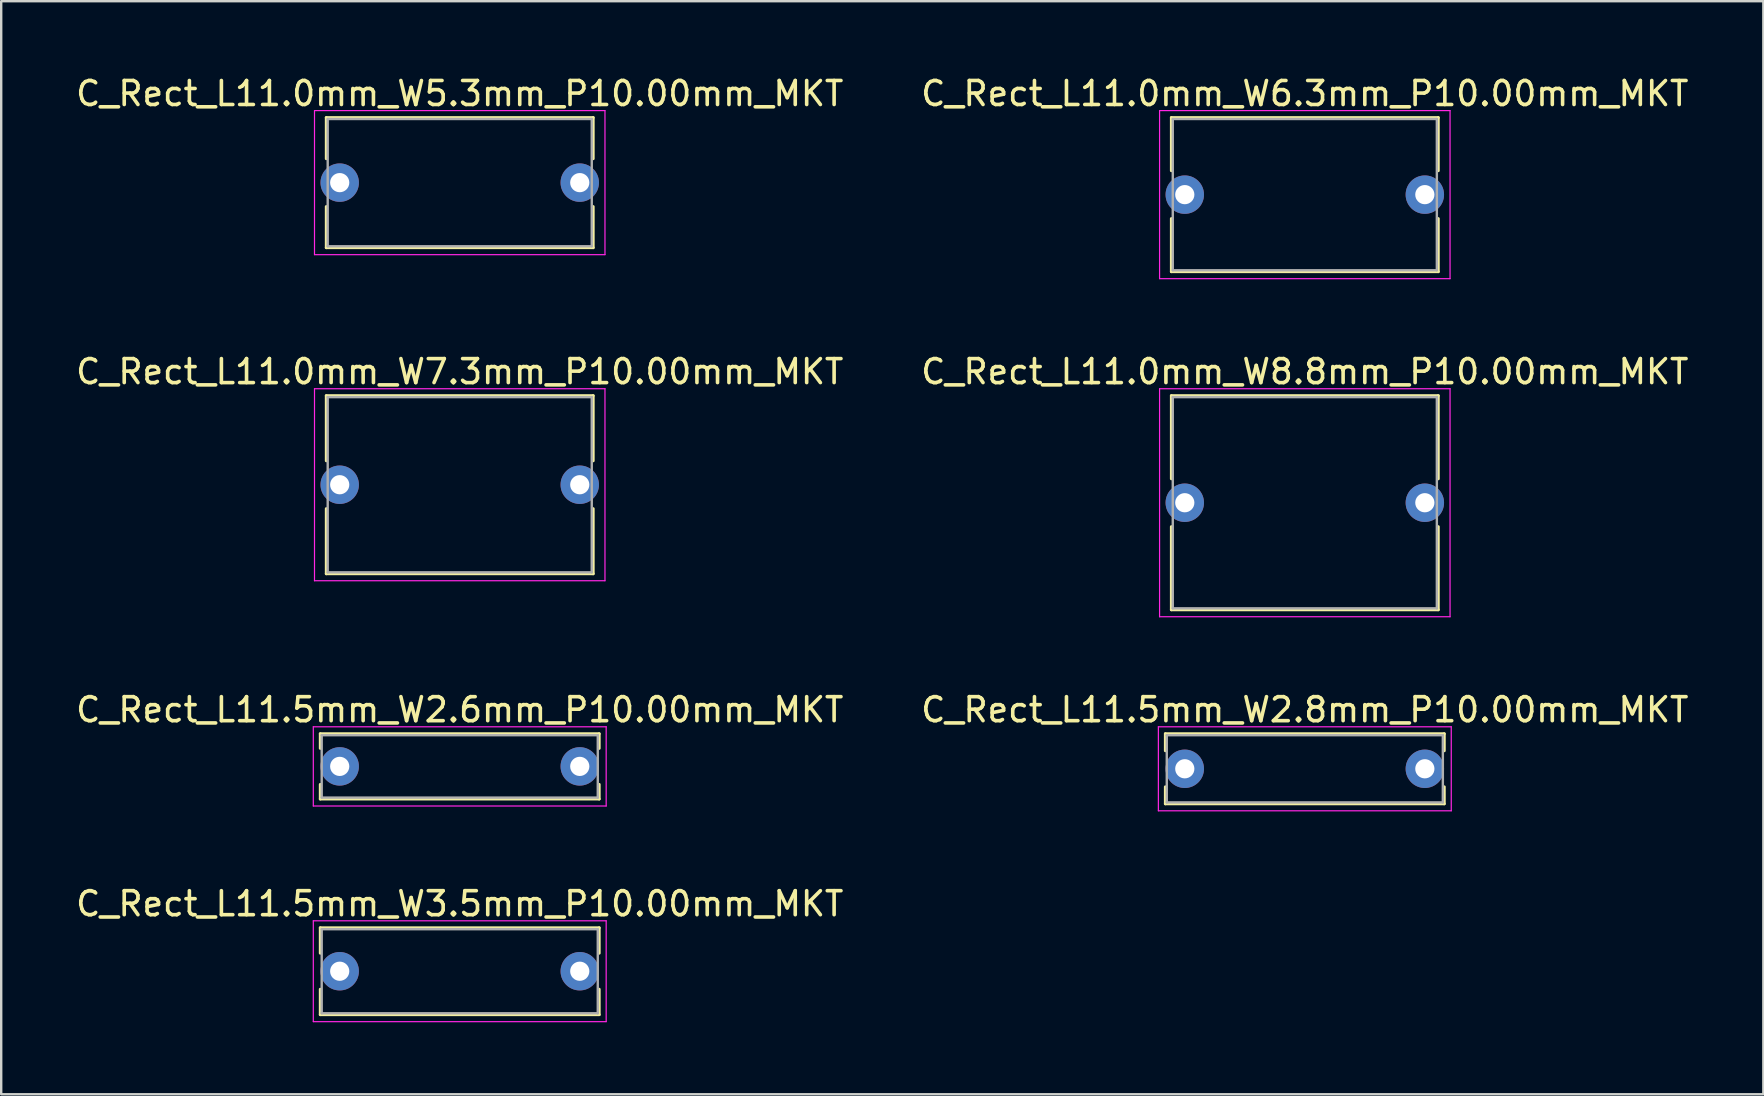
<source format=kicad_pcb>
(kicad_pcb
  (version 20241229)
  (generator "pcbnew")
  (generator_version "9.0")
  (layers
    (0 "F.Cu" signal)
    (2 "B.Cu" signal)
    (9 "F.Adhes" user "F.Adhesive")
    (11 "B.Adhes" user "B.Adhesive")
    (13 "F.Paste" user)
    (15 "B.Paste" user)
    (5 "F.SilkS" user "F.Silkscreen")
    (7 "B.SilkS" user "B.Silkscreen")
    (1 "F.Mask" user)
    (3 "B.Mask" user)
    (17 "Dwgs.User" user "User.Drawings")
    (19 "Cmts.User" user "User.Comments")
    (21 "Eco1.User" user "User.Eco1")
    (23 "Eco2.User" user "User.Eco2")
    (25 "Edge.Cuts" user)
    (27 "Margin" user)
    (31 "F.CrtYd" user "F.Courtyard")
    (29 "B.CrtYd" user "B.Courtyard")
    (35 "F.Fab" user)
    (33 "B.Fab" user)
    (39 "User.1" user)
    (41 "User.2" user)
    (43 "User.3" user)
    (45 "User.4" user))
  (footprint "C_Rect_L11.0mm_W7.3mm_P10.00mm_MKT"
    (layer "F.Cu")
    (at 11.101 17.142)
    (property "Reference" "C_Rect_L11.0mm_W7.3mm_P10.00mm_MKT" (at 5 -4.71 0) (layer "F.SilkS") (effects (font (size 1 1) (thickness 0.15))))
    (attr through_hole)
    (fp_line (start -0.56 -3.71) (end -0.56 -0.996) (stroke (width 0.12) (type solid)) (layer "F.SilkS"))
    (fp_line (start -0.56 -3.71) (end 10.56 -3.71) (stroke (width 0.12) (type solid)) (layer "F.SilkS"))
    (fp_line (start -0.56 0.996) (end -0.56 3.71) (stroke (width 0.12) (type solid)) (layer "F.SilkS"))
    (fp_line (start -0.56 3.71) (end 10.56 3.71) (stroke (width 0.12) (type solid)) (layer "F.SilkS"))
    (fp_line (start 10.56 -3.71) (end 10.56 -0.996) (stroke (width 0.12) (type solid)) (layer "F.SilkS"))
    (fp_line (start 10.56 0.996) (end 10.56 3.71) (stroke (width 0.12) (type solid)) (layer "F.SilkS"))
    (fp_line (start -1.05 -4) (end -1.05 4) (stroke (width 0.05) (type solid)) (layer "F.CrtYd"))
    (fp_line (start -1.05 4) (end 11.05 4) (stroke (width 0.05) (type solid)) (layer "F.CrtYd"))
    (fp_line (start 11.05 -4) (end -1.05 -4) (stroke (width 0.05) (type solid)) (layer "F.CrtYd"))
    (fp_line (start 11.05 4) (end 11.05 -4) (stroke (width 0.05) (type solid)) (layer "F.CrtYd"))
    (fp_line (start -0.5 -3.65) (end -0.5 3.65) (stroke (width 0.1) (type solid)) (layer "F.Fab"))
    (fp_line (start -0.5 3.65) (end 10.5 3.65) (stroke (width 0.1) (type solid)) (layer "F.Fab"))
    (fp_line (start 10.5 -3.65) (end -0.5 -3.65) (stroke (width 0.1) (type solid)) (layer "F.Fab"))
    (fp_line (start 10.5 3.65) (end 10.5 -3.65) (stroke (width 0.1) (type solid)) (layer "F.Fab"))
    (pad "1" thru_hole circle (at 0 0) (size 1.6 1.6) (drill 0.8) (layers "*.Cu" "*.Mask"))
    (pad "2" thru_hole circle (at 10 0) (size 1.6 1.6) (drill 0.8) (layers "*.Cu" "*.Mask")))
  (footprint "C_Rect_L11.0mm_W5.3mm_P10.00mm_MKT"
    (layer "F.Cu")
    (at 11.101 4.558)
    (property "Reference" "C_Rect_L11.0mm_W5.3mm_P10.00mm_MKT" (at 5 -3.71 0) (layer "F.SilkS") (effects (font (size 1 1) (thickness 0.15))))
    (attr through_hole)
    (fp_line (start -0.56 -2.71) (end -0.56 -0.996) (stroke (width 0.12) (type solid)) (layer "F.SilkS"))
    (fp_line (start -0.56 -2.71) (end 10.56 -2.71) (stroke (width 0.12) (type solid)) (layer "F.SilkS"))
    (fp_line (start -0.56 0.996) (end -0.56 2.71) (stroke (width 0.12) (type solid)) (layer "F.SilkS"))
    (fp_line (start -0.56 2.71) (end 10.56 2.71) (stroke (width 0.12) (type solid)) (layer "F.SilkS"))
    (fp_line (start 10.56 -2.71) (end 10.56 -0.996) (stroke (width 0.12) (type solid)) (layer "F.SilkS"))
    (fp_line (start 10.56 0.996) (end 10.56 2.71) (stroke (width 0.12) (type solid)) (layer "F.SilkS"))
    (fp_line (start -1.05 -3) (end -1.05 3) (stroke (width 0.05) (type solid)) (layer "F.CrtYd"))
    (fp_line (start -1.05 3) (end 11.05 3) (stroke (width 0.05) (type solid)) (layer "F.CrtYd"))
    (fp_line (start 11.05 -3) (end -1.05 -3) (stroke (width 0.05) (type solid)) (layer "F.CrtYd"))
    (fp_line (start 11.05 3) (end 11.05 -3) (stroke (width 0.05) (type solid)) (layer "F.CrtYd"))
    (fp_line (start -0.5 -2.65) (end -0.5 2.65) (stroke (width 0.1) (type solid)) (layer "F.Fab"))
    (fp_line (start -0.5 2.65) (end 10.5 2.65) (stroke (width 0.1) (type solid)) (layer "F.Fab"))
    (fp_line (start 10.5 -2.65) (end -0.5 -2.65) (stroke (width 0.1) (type solid)) (layer "F.Fab"))
    (fp_line (start 10.5 2.65) (end 10.5 -2.65) (stroke (width 0.1) (type solid)) (layer "F.Fab"))
    (pad "1" thru_hole circle (at 0 0) (size 1.6 1.6) (drill 0.8) (layers "*.Cu" "*.Mask"))
    (pad "2" thru_hole circle (at 10 0) (size 1.6 1.6) (drill 0.8) (layers "*.Cu" "*.Mask")))
  (footprint "C_Rect_L11.0mm_W6.3mm_P10.00mm_MKT"
    (layer "F.Cu")
    (at 46.304 5.058)
    (property "Reference" "C_Rect_L11.0mm_W6.3mm_P10.00mm_MKT" (at 5 -4.21 0) (layer "F.SilkS") (effects (font (size 1 1) (thickness 0.15))))
    (attr through_hole)
    (fp_line (start -0.56 -3.21) (end -0.56 -0.996) (stroke (width 0.12) (type solid)) (layer "F.SilkS"))
    (fp_line (start -0.56 -3.21) (end 10.56 -3.21) (stroke (width 0.12) (type solid)) (layer "F.SilkS"))
    (fp_line (start -0.56 0.996) (end -0.56 3.21) (stroke (width 0.12) (type solid)) (layer "F.SilkS"))
    (fp_line (start -0.56 3.21) (end 10.56 3.21) (stroke (width 0.12) (type solid)) (layer "F.SilkS"))
    (fp_line (start 10.56 -3.21) (end 10.56 -0.996) (stroke (width 0.12) (type solid)) (layer "F.SilkS"))
    (fp_line (start 10.56 0.996) (end 10.56 3.21) (stroke (width 0.12) (type solid)) (layer "F.SilkS"))
    (fp_line (start -1.05 -3.5) (end -1.05 3.5) (stroke (width 0.05) (type solid)) (layer "F.CrtYd"))
    (fp_line (start -1.05 3.5) (end 11.05 3.5) (stroke (width 0.05) (type solid)) (layer "F.CrtYd"))
    (fp_line (start 11.05 -3.5) (end -1.05 -3.5) (stroke (width 0.05) (type solid)) (layer "F.CrtYd"))
    (fp_line (start 11.05 3.5) (end 11.05 -3.5) (stroke (width 0.05) (type solid)) (layer "F.CrtYd"))
    (fp_line (start -0.5 -3.15) (end -0.5 3.15) (stroke (width 0.1) (type solid)) (layer "F.Fab"))
    (fp_line (start -0.5 3.15) (end 10.5 3.15) (stroke (width 0.1) (type solid)) (layer "F.Fab"))
    (fp_line (start 10.5 -3.15) (end -0.5 -3.15) (stroke (width 0.1) (type solid)) (layer "F.Fab"))
    (fp_line (start 10.5 3.15) (end 10.5 -3.15) (stroke (width 0.1) (type solid)) (layer "F.Fab"))
    (pad "1" thru_hole circle (at 0 0) (size 1.6 1.6) (drill 0.8) (layers "*.Cu" "*.Mask"))
    (pad "2" thru_hole circle (at 10 0) (size 1.6 1.6) (drill 0.8) (layers "*.Cu" "*.Mask")))
  (footprint "C_Rect_L11.5mm_W2.8mm_P10.00mm_MKT"
    (layer "F.Cu")
    (at 46.304 28.975)
    (property "Reference" "C_Rect_L11.5mm_W2.8mm_P10.00mm_MKT" (at 5 -2.46 0) (layer "F.SilkS") (effects (font (size 1 1) (thickness 0.15))))
    (attr through_hole)
    (fp_line (start -0.81 -1.46) (end -0.81 -0.75) (stroke (width 0.12) (type solid)) (layer "F.SilkS"))
    (fp_line (start -0.81 -1.46) (end 10.81 -1.46) (stroke (width 0.12) (type solid)) (layer "F.SilkS"))
    (fp_line (start -0.81 0.75) (end -0.81 1.46) (stroke (width 0.12) (type solid)) (layer "F.SilkS"))
    (fp_line (start -0.81 1.46) (end 10.81 1.46) (stroke (width 0.12) (type solid)) (layer "F.SilkS"))
    (fp_line (start 10.81 -1.46) (end 10.81 -0.75) (stroke (width 0.12) (type solid)) (layer "F.SilkS"))
    (fp_line (start 10.81 0.75) (end 10.81 1.46) (stroke (width 0.12) (type solid)) (layer "F.SilkS"))
    (fp_line (start -1.1 -1.75) (end -1.1 1.75) (stroke (width 0.05) (type solid)) (layer "F.CrtYd"))
    (fp_line (start -1.1 1.75) (end 11.1 1.75) (stroke (width 0.05) (type solid)) (layer "F.CrtYd"))
    (fp_line (start 11.1 -1.75) (end -1.1 -1.75) (stroke (width 0.05) (type solid)) (layer "F.CrtYd"))
    (fp_line (start 11.1 1.75) (end 11.1 -1.75) (stroke (width 0.05) (type solid)) (layer "F.CrtYd"))
    (fp_line (start -0.75 -1.4) (end -0.75 1.4) (stroke (width 0.1) (type solid)) (layer "F.Fab"))
    (fp_line (start -0.75 1.4) (end 10.75 1.4) (stroke (width 0.1) (type solid)) (layer "F.Fab"))
    (fp_line (start 10.75 -1.4) (end -0.75 -1.4) (stroke (width 0.1) (type solid)) (layer "F.Fab"))
    (fp_line (start 10.75 1.4) (end 10.75 -1.4) (stroke (width 0.1) (type solid)) (layer "F.Fab"))
    (pad "1" thru_hole circle (at 0 0) (size 1.6 1.6) (drill 0.8) (layers "*.Cu" "*.Mask"))
    (pad "2" thru_hole circle (at 10 0) (size 1.6 1.6) (drill 0.8) (layers "*.Cu" "*.Mask")))
  (footprint "C_Rect_L11.5mm_W3.5mm_P10.00mm_MKT"
    (layer "F.Cu")
    (at 11.101 37.408)
    (property "Reference" "C_Rect_L11.5mm_W3.5mm_P10.00mm_MKT" (at 5 -2.81 0) (layer "F.SilkS") (effects (font (size 1 1) (thickness 0.15))))
    (attr through_hole)
    (fp_line (start -0.81 -1.81) (end -0.81 -0.75) (stroke (width 0.12) (type solid)) (layer "F.SilkS"))
    (fp_line (start -0.81 -1.81) (end 10.81 -1.81) (stroke (width 0.12) (type solid)) (layer "F.SilkS"))
    (fp_line (start -0.81 0.75) (end -0.81 1.81) (stroke (width 0.12) (type solid)) (layer "F.SilkS"))
    (fp_line (start -0.81 1.81) (end 10.81 1.81) (stroke (width 0.12) (type solid)) (layer "F.SilkS"))
    (fp_line (start 10.81 -1.81) (end 10.81 -0.75) (stroke (width 0.12) (type solid)) (layer "F.SilkS"))
    (fp_line (start 10.81 0.75) (end 10.81 1.81) (stroke (width 0.12) (type solid)) (layer "F.SilkS"))
    (fp_line (start -1.1 -2.1) (end -1.1 2.1) (stroke (width 0.05) (type solid)) (layer "F.CrtYd"))
    (fp_line (start -1.1 2.1) (end 11.1 2.1) (stroke (width 0.05) (type solid)) (layer "F.CrtYd"))
    (fp_line (start 11.1 -2.1) (end -1.1 -2.1) (stroke (width 0.05) (type solid)) (layer "F.CrtYd"))
    (fp_line (start 11.1 2.1) (end 11.1 -2.1) (stroke (width 0.05) (type solid)) (layer "F.CrtYd"))
    (fp_line (start -0.75 -1.75) (end -0.75 1.75) (stroke (width 0.1) (type solid)) (layer "F.Fab"))
    (fp_line (start -0.75 1.75) (end 10.75 1.75) (stroke (width 0.1) (type solid)) (layer "F.Fab"))
    (fp_line (start 10.75 -1.75) (end -0.75 -1.75) (stroke (width 0.1) (type solid)) (layer "F.Fab"))
    (fp_line (start 10.75 1.75) (end 10.75 -1.75) (stroke (width 0.1) (type solid)) (layer "F.Fab"))
    (pad "1" thru_hole circle (at 0 0) (size 1.6 1.6) (drill 0.8) (layers "*.Cu" "*.Mask"))
    (pad "2" thru_hole circle (at 10 0) (size 1.6 1.6) (drill 0.8) (layers "*.Cu" "*.Mask")))
  (footprint "C_Rect_L11.0mm_W8.8mm_P10.00mm_MKT"
    (layer "F.Cu")
    (at 46.304 17.892)
    (property "Reference" "C_Rect_L11.0mm_W8.8mm_P10.00mm_MKT" (at 5 -5.46 0) (layer "F.SilkS") (effects (font (size 1 1) (thickness 0.15))))
    (attr through_hole)
    (fp_line (start -0.56 -4.46) (end -0.56 -0.996) (stroke (width 0.12) (type solid)) (layer "F.SilkS"))
    (fp_line (start -0.56 -4.46) (end 10.56 -4.46) (stroke (width 0.12) (type solid)) (layer "F.SilkS"))
    (fp_line (start -0.56 0.996) (end -0.56 4.46) (stroke (width 0.12) (type solid)) (layer "F.SilkS"))
    (fp_line (start -0.56 4.46) (end 10.56 4.46) (stroke (width 0.12) (type solid)) (layer "F.SilkS"))
    (fp_line (start 10.56 -4.46) (end 10.56 -0.996) (stroke (width 0.12) (type solid)) (layer "F.SilkS"))
    (fp_line (start 10.56 0.996) (end 10.56 4.46) (stroke (width 0.12) (type solid)) (layer "F.SilkS"))
    (fp_line (start -1.05 -4.75) (end -1.05 4.75) (stroke (width 0.05) (type solid)) (layer "F.CrtYd"))
    (fp_line (start -1.05 4.75) (end 11.05 4.75) (stroke (width 0.05) (type solid)) (layer "F.CrtYd"))
    (fp_line (start 11.05 -4.75) (end -1.05 -4.75) (stroke (width 0.05) (type solid)) (layer "F.CrtYd"))
    (fp_line (start 11.05 4.75) (end 11.05 -4.75) (stroke (width 0.05) (type solid)) (layer "F.CrtYd"))
    (fp_line (start -0.5 -4.4) (end -0.5 4.4) (stroke (width 0.1) (type solid)) (layer "F.Fab"))
    (fp_line (start -0.5 4.4) (end 10.5 4.4) (stroke (width 0.1) (type solid)) (layer "F.Fab"))
    (fp_line (start 10.5 -4.4) (end -0.5 -4.4) (stroke (width 0.1) (type solid)) (layer "F.Fab"))
    (fp_line (start 10.5 4.4) (end 10.5 -4.4) (stroke (width 0.1) (type solid)) (layer "F.Fab"))
    (pad "1" thru_hole circle (at 0 0) (size 1.6 1.6) (drill 0.8) (layers "*.Cu" "*.Mask"))
    (pad "2" thru_hole circle (at 10 0) (size 1.6 1.6) (drill 0.8) (layers "*.Cu" "*.Mask")))
  (footprint "C_Rect_L11.5mm_W2.6mm_P10.00mm_MKT"
    (layer "F.Cu")
    (at 11.101 28.875)
    (property "Reference" "C_Rect_L11.5mm_W2.6mm_P10.00mm_MKT" (at 5 -2.36 0) (layer "F.SilkS") (effects (font (size 1 1) (thickness 0.15))))
    (attr through_hole)
    (fp_line (start -0.81 -1.36) (end -0.81 -0.75) (stroke (width 0.12) (type solid)) (layer "F.SilkS"))
    (fp_line (start -0.81 -1.36) (end 10.81 -1.36) (stroke (width 0.12) (type solid)) (layer "F.SilkS"))
    (fp_line (start -0.81 0.75) (end -0.81 1.36) (stroke (width 0.12) (type solid)) (layer "F.SilkS"))
    (fp_line (start -0.81 1.36) (end 10.81 1.36) (stroke (width 0.12) (type solid)) (layer "F.SilkS"))
    (fp_line (start 10.81 -1.36) (end 10.81 -0.75) (stroke (width 0.12) (type solid)) (layer "F.SilkS"))
    (fp_line (start 10.81 0.75) (end 10.81 1.36) (stroke (width 0.12) (type solid)) (layer "F.SilkS"))
    (fp_line (start -1.1 -1.65) (end -1.1 1.65) (stroke (width 0.05) (type solid)) (layer "F.CrtYd"))
    (fp_line (start -1.1 1.65) (end 11.1 1.65) (stroke (width 0.05) (type solid)) (layer "F.CrtYd"))
    (fp_line (start 11.1 -1.65) (end -1.1 -1.65) (stroke (width 0.05) (type solid)) (layer "F.CrtYd"))
    (fp_line (start 11.1 1.65) (end 11.1 -1.65) (stroke (width 0.05) (type solid)) (layer "F.CrtYd"))
    (fp_line (start -0.75 -1.3) (end -0.75 1.3) (stroke (width 0.1) (type solid)) (layer "F.Fab"))
    (fp_line (start -0.75 1.3) (end 10.75 1.3) (stroke (width 0.1) (type solid)) (layer "F.Fab"))
    (fp_line (start 10.75 -1.3) (end -0.75 -1.3) (stroke (width 0.1) (type solid)) (layer "F.Fab"))
    (fp_line (start 10.75 1.3) (end 10.75 -1.3) (stroke (width 0.1) (type solid)) (layer "F.Fab"))
    (pad "1" thru_hole circle (at 0 0) (size 1.6 1.6) (drill 0.8) (layers "*.Cu" "*.Mask"))
    (pad "2" thru_hole circle (at 10 0) (size 1.6 1.6) (drill 0.8) (layers "*.Cu" "*.Mask")))
  (gr_rect
    (start -3 -3)
    (end 70.405 42.533)
    (stroke (width 0.1) (type default))
    (fill no)
    (layer "Edge.Cuts")))
</source>
